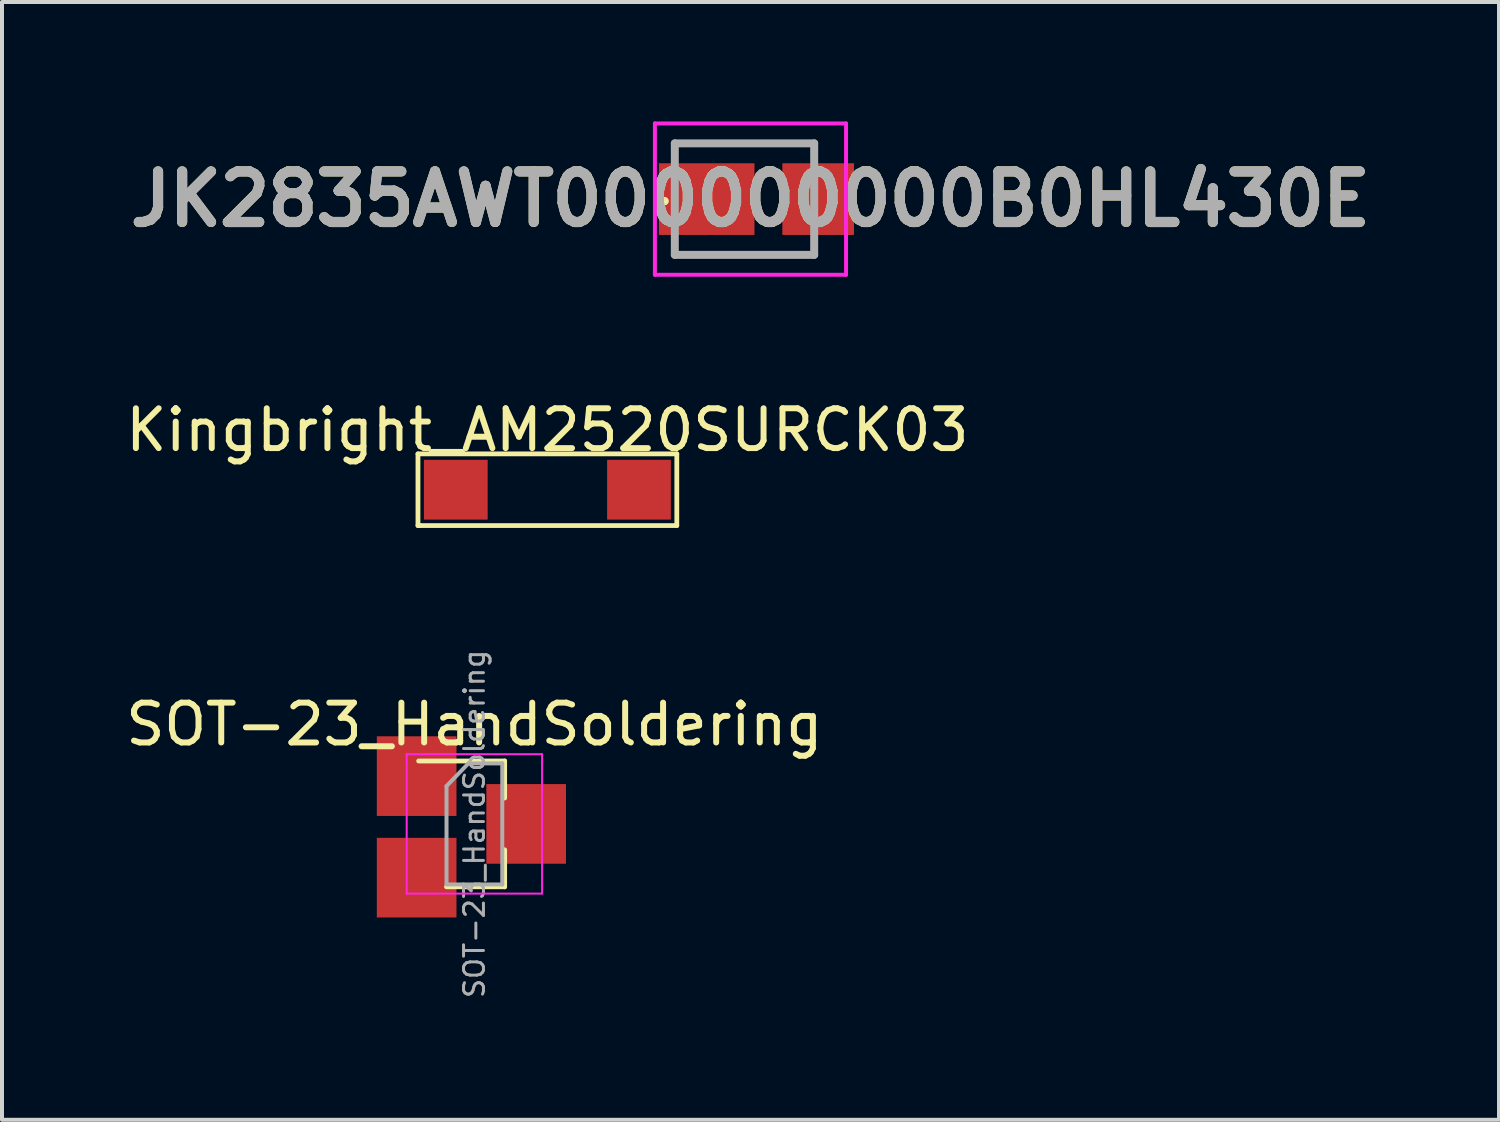
<source format=kicad_pcb>
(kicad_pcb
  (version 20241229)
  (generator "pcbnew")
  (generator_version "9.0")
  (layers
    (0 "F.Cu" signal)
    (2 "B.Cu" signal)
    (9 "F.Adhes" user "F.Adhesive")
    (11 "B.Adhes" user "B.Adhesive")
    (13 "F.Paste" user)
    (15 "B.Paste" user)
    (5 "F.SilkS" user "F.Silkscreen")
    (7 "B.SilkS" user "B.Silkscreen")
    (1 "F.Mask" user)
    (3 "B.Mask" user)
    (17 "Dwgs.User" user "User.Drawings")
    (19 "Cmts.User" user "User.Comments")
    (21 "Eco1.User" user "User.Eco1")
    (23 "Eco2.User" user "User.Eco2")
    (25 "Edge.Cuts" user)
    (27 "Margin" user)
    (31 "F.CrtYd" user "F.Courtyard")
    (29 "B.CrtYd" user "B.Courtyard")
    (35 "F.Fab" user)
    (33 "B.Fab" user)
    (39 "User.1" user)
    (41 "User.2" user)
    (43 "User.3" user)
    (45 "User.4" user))
  (footprint "JK2835AWT000000000B0HL430E"
    (layer "F.Cu")
    (at 15.646 1.95)
    (property "Reference" "JK2835AWT000000000B0HL430E" (at 0.15 0 0) (layer "F.SilkS") (effects (font (size 1.27 1.27) (thickness 0.254))))
    (attr smd)
    (fp_line (start -2 0) (end -2 0) (stroke (width 0.1) (type solid)) (layer "F.SilkS"))
    (fp_line (start -2 0.1) (end -2 0.1) (stroke (width 0.1) (type solid)) (layer "F.SilkS"))
    (fp_line (start -1.75 -1.4) (end 1.75 -1.4) (stroke (width 0.1) (type solid)) (layer "F.SilkS"))
    (fp_line (start -1.75 1.4) (end 1.75 1.4) (stroke (width 0.1) (type solid)) (layer "F.SilkS"))
    (fp_arc (start -2 0) (mid -1.95 0.05) (end -2 0.1) (stroke (width 0.1) (type solid)) (layer "F.SilkS"))
    (fp_arc (start -2 0.1) (mid -2.05 0.05) (end -2 0) (stroke (width 0.1) (type solid)) (layer "F.SilkS"))
    (fp_line (start -2.25 -1.9) (end 2.55 -1.9) (stroke (width 0.1) (type solid)) (layer "F.CrtYd"))
    (fp_line (start -2.25 1.9) (end -2.25 -1.9) (stroke (width 0.1) (type solid)) (layer "F.CrtYd"))
    (fp_line (start 2.55 -1.9) (end 2.55 1.9) (stroke (width 0.1) (type solid)) (layer "F.CrtYd"))
    (fp_line (start 2.55 1.9) (end -2.25 1.9) (stroke (width 0.1) (type solid)) (layer "F.CrtYd"))
    (fp_line (start -1.75 -1.4) (end 1.75 -1.4) (stroke (width 0.2) (type solid)) (layer "F.Fab"))
    (fp_line (start -1.75 1.4) (end -1.75 -1.4) (stroke (width 0.2) (type solid)) (layer "F.Fab"))
    (fp_line (start 1.75 -1.4) (end 1.75 1.4) (stroke (width 0.2) (type solid)) (layer "F.Fab"))
    (fp_line (start 1.75 1.4) (end -1.75 1.4) (stroke (width 0.2) (type solid)) (layer "F.Fab"))
    (fp_text user "${REFERENCE}" (at 0.15 0 0) (layer "F.Fab") (effects (font (size 1.27 1.27) (thickness 0.254))))
    (pad "1" smd rect (at -0.95 0 90) (size 1.8 2.4) (layers "F.Cu" "F.Mask" "F.Paste"))
    (pad "2" smd rect (at 1.85 0) (size 1.8 1.8) (layers "F.Cu" "F.Mask" "F.Paste")))
  (footprint "SOT-23_HandSoldering"
    (layer "F.Cu")
    (at 8.863 17.64)
    (property "Reference" "SOT-23_HandSoldering" (at 0 -2.5 0) (layer "F.SilkS") (effects (font (size 1 1) (thickness 0.15))))
    (attr smd)
    (fp_line (start 0.76 -1.58) (end -1.4 -1.58) (stroke (width 0.12) (type solid)) (layer "F.SilkS"))
    (fp_line (start 0.76 -1.58) (end 0.76 -0.65) (stroke (width 0.12) (type solid)) (layer "F.SilkS"))
    (fp_line (start 0.76 1.58) (end -0.7 1.58) (stroke (width 0.12) (type solid)) (layer "F.SilkS"))
    (fp_line (start 0.76 1.58) (end 0.76 0.65) (stroke (width 0.12) (type solid)) (layer "F.SilkS"))
    (fp_line (start -1.7 -1.75) (end 1.7 -1.75) (stroke (width 0.05) (type solid)) (layer "F.CrtYd"))
    (fp_line (start -1.7 1.75) (end -1.7 -1.75) (stroke (width 0.05) (type solid)) (layer "F.CrtYd"))
    (fp_line (start 1.7 -1.75) (end 1.7 1.75) (stroke (width 0.05) (type solid)) (layer "F.CrtYd"))
    (fp_line (start 1.7 1.75) (end -1.7 1.75) (stroke (width 0.05) (type solid)) (layer "F.CrtYd"))
    (fp_line (start -0.7 -0.95) (end -0.7 1.5) (stroke (width 0.1) (type solid)) (layer "F.Fab"))
    (fp_line (start -0.7 -0.95) (end -0.15 -1.52) (stroke (width 0.1) (type solid)) (layer "F.Fab"))
    (fp_line (start -0.7 1.52) (end 0.7 1.52) (stroke (width 0.1) (type solid)) (layer "F.Fab"))
    (fp_line (start -0.15 -1.52) (end 0.7 -1.52) (stroke (width 0.1) (type solid)) (layer "F.Fab"))
    (fp_line (start 0.7 -1.52) (end 0.7 1.52) (stroke (width 0.1) (type solid)) (layer "F.Fab"))
    (fp_text user "${REFERENCE}" (at 0 0 90) (layer "F.Fab") (effects (font (size 0.5 0.5) (thickness 0.075))))
    (pad "1" smd rect (at -1.45 -1.2) (size 2 2) (layers "F.Cu" "F.Mask" "F.Paste"))
    (pad "2" smd rect (at -1.45 1.35) (size 2 2) (layers "F.Cu" "F.Mask" "F.Paste"))
    (pad "3" smd rect (at 1.3 0) (size 2 2) (layers "F.Cu" "F.Mask" "F.Paste")))
  (footprint "Kingbright_AM2520SURCK03"
    (layer "F.Cu")
    (at 10.696 9.248)
    (property "Reference" "Kingbright_AM2520SURCK03" (at 0 -1.5 0) (layer "F.SilkS") (effects (font (size 1 1) (thickness 0.15))))
    (attr through_hole)
    (fp_line (start -3.25 -0.9) (end 3.25 -0.9) (stroke (width 0.12) (type solid)) (layer "F.SilkS"))
    (fp_line (start -3.25 0.9) (end -3.25 -0.9) (stroke (width 0.12) (type solid)) (layer "F.SilkS"))
    (fp_line (start -3.2 0.9) (end -3.25 0.9) (stroke (width 0.12) (type solid)) (layer "F.SilkS"))
    (fp_line (start 3.25 -0.9) (end 3.25 0.9) (stroke (width 0.12) (type solid)) (layer "F.SilkS"))
    (fp_line (start 3.25 0.9) (end -3.2 0.9) (stroke (width 0.12) (type solid)) (layer "F.SilkS"))
    (pad "1" smd rect (at -2.3 0) (size 1.6 1.5) (layers "F.Cu" "F.Mask" "F.Paste"))
    (pad "2" smd rect (at 2.3 0) (size 1.6 1.5) (layers "F.Cu" "F.Mask" "F.Paste")))
  (gr_rect
    (start -3 -3)
    (end 34.593 25.071)
    (stroke (width 0.1) (type default))
    (fill no)
    (layer "Edge.Cuts")))
</source>
